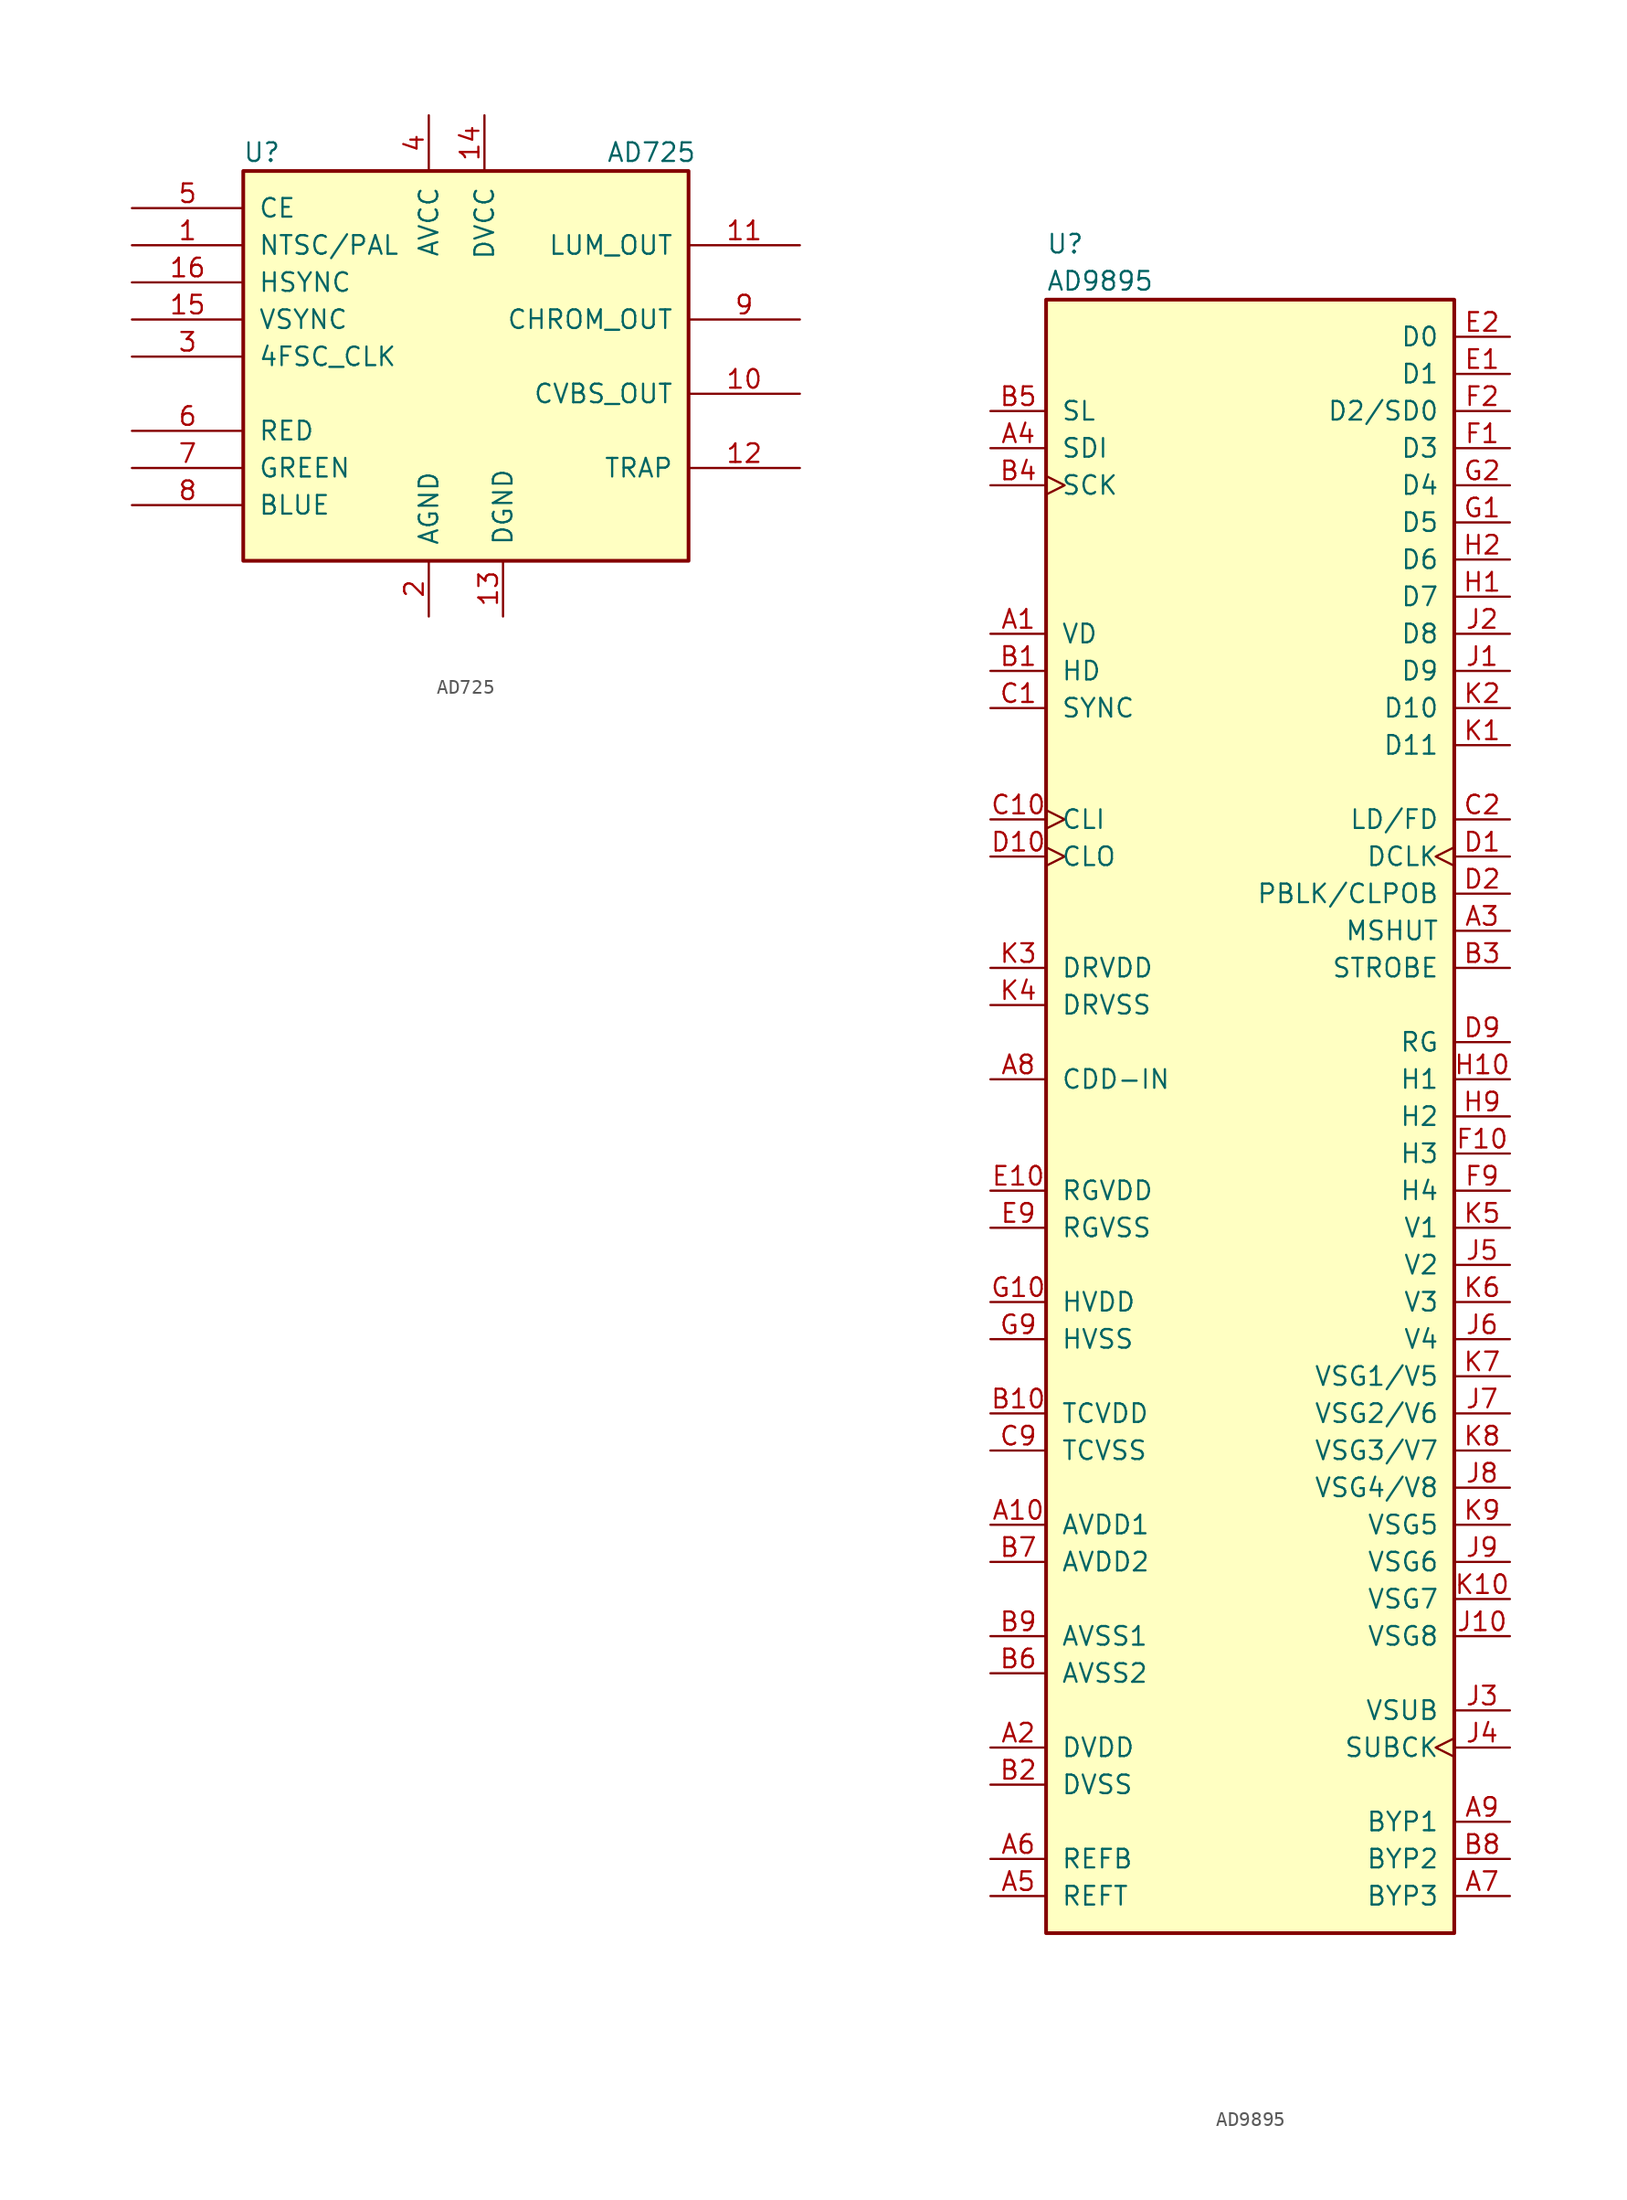
<source format=kicad_sym>
(kicad_symbol_lib
  (version 20211014)
  (generator kicad_symbol_editor)
  (symbol "AD725"
    (pin_names
      (offset 1.016))
    (property "Reference" "U"
      (at -13.97 13.97 0)
      (effects (font (size 1.27 1.27))))
    (property "Value" "AD725"
      (at 12.7 13.97 0)
      (effects (font (size 1.27 1.27))))
    (symbol "AD725_0_1"
      (rectangle (start -15.24 12.7) (end 15.24 -13.97) (stroke (width 0.254) (type default) (color 0 0 0 0)) (fill (type background))))
    (symbol "AD725_1_1"
      (pin input line (at -22.86 7.62 0) (length 7.62) (name "NTSC/PAL" (effects (font (size 1.27 1.27)))) (number "1" (effects (font (size 1.27 1.27)))))
      (pin output line (at 22.86 -2.54 180) (length 7.62) (name "CVBS_OUT" (effects (font (size 1.27 1.27)))) (number "10" (effects (font (size 1.27 1.27)))))
      (pin output line (at 22.86 7.62 180) (length 7.62) (name "LUM_OUT" (effects (font (size 1.27 1.27)))) (number "11" (effects (font (size 1.27 1.27)))))
      (pin input line (at 22.86 -7.62 180) (length 7.62) (name "TRAP" (effects (font (size 1.27 1.27)))) (number "12" (effects (font (size 1.27 1.27)))))
      (pin power_in line (at 2.54 -17.78 90) (length 3.81) (name "DGND" (effects (font (size 1.27 1.27)))) (number "13" (effects (font (size 1.27 1.27)))))
      (pin power_in line (at 1.27 16.51 270) (length 3.81) (name "DVCC" (effects (font (size 1.27 1.27)))) (number "14" (effects (font (size 1.27 1.27)))))
      (pin input line (at -22.86 2.54 0) (length 7.62) (name "VSYNC" (effects (font (size 1.27 1.27)))) (number "15" (effects (font (size 1.27 1.27)))))
      (pin input line (at -22.86 5.08 0) (length 7.62) (name "HSYNC" (effects (font (size 1.27 1.27)))) (number "16" (effects (font (size 1.27 1.27)))))
      (pin power_in line (at -2.54 -17.78 90) (length 3.81) (name "AGND" (effects (font (size 1.27 1.27)))) (number "2" (effects (font (size 1.27 1.27)))))
      (pin input line (at -22.86 0 0) (length 7.62) (name "4FSC_CLK" (effects (font (size 1.27 1.27)))) (number "3" (effects (font (size 1.27 1.27)))))
      (pin power_in line (at -2.54 16.51 270) (length 3.81) (name "AVCC" (effects (font (size 1.27 1.27)))) (number "4" (effects (font (size 1.27 1.27)))))
      (pin power_in line (at -22.86 10.16 0) (length 7.62) (name "CE" (effects (font (size 1.27 1.27)))) (number "5" (effects (font (size 1.27 1.27)))))
      (pin input line (at -22.86 -5.08 0) (length 7.62) (name "RED" (effects (font (size 1.27 1.27)))) (number "6" (effects (font (size 1.27 1.27)))))
      (pin input line (at -22.86 -7.62 0) (length 7.62) (name "GREEN" (effects (font (size 1.27 1.27)))) (number "7" (effects (font (size 1.27 1.27)))))
      (pin input line (at -22.86 -10.16 0) (length 7.62) (name "BLUE" (effects (font (size 1.27 1.27)))) (number "8" (effects (font (size 1.27 1.27)))))
      (pin output line (at 22.86 2.54 180) (length 7.62) (name "CHROM_OUT" (effects (font (size 1.27 1.27)))) (number "9" (effects (font (size 1.27 1.27)))))))
  (symbol "AD9895"
    (pin_names
      (offset 1.016))
    (property "Reference" "U"
      (at -13.97 59.69 0)
      (effects (font (size 1.27 1.27)) (justify left)))
    (property "Value" "AD9895"
      (at -13.97 57.15 0)
      (effects (font (size 1.27 1.27)) (justify left)))
    (symbol "AD9895_0_1"
      (rectangle (start 13.97 -55.88) (end -13.97 55.88) (stroke (width 0.254) (type default) (color 0 0 0 0)) (fill (type background))))
    (symbol "AD9895_1_1"
      (pin bidirectional line (at -17.78 33.02 0) (length 3.81) (name "VD" (effects (font (size 1.27 1.27)))) (number "A1" (effects (font (size 1.27 1.27)))))
      (pin power_in line (at -17.78 -27.94 0) (length 3.81) (name "AVDD1" (effects (font (size 1.27 1.27)))) (number "A10" (effects (font (size 1.27 1.27)))))
      (pin power_in line (at -17.78 -43.18 0) (length 3.81) (name "DVDD" (effects (font (size 1.27 1.27)))) (number "A2" (effects (font (size 1.27 1.27)))))
      (pin output line (at 17.78 12.7 180) (length 3.81) (name "MSHUT" (effects (font (size 1.27 1.27)))) (number "A3" (effects (font (size 1.27 1.27)))))
      (pin input line (at -17.78 45.72 0) (length 3.81) (name "SDI" (effects (font (size 1.27 1.27)))) (number "A4" (effects (font (size 1.27 1.27)))))
      (pin output line (at -17.78 -53.34 0) (length 3.81) (name "REFT" (effects (font (size 1.27 1.27)))) (number "A5" (effects (font (size 1.27 1.27)))))
      (pin output line (at -17.78 -50.8 0) (length 3.81) (name "REFB" (effects (font (size 1.27 1.27)))) (number "A6" (effects (font (size 1.27 1.27)))))
      (pin output line (at 17.78 -53.34 180) (length 3.81) (name "BYP3" (effects (font (size 1.27 1.27)))) (number "A7" (effects (font (size 1.27 1.27)))))
      (pin input line (at -17.78 2.54 0) (length 3.81) (name "CDD-IN" (effects (font (size 1.27 1.27)))) (number "A8" (effects (font (size 1.27 1.27)))))
      (pin output line (at 17.78 -48.26 180) (length 3.81) (name "BYP1" (effects (font (size 1.27 1.27)))) (number "A9" (effects (font (size 1.27 1.27)))))
      (pin bidirectional line (at -17.78 30.48 0) (length 3.81) (name "HD" (effects (font (size 1.27 1.27)))) (number "B1" (effects (font (size 1.27 1.27)))))
      (pin power_in line (at -17.78 -20.32 0) (length 3.81) (name "TCVDD" (effects (font (size 1.27 1.27)))) (number "B10" (effects (font (size 1.27 1.27)))))
      (pin power_in line (at -17.78 -45.72 0) (length 3.81) (name "DVSS" (effects (font (size 1.27 1.27)))) (number "B2" (effects (font (size 1.27 1.27)))))
      (pin output line (at 17.78 10.16 180) (length 3.81) (name "STROBE" (effects (font (size 1.27 1.27)))) (number "B3" (effects (font (size 1.27 1.27)))))
      (pin input clock (at -17.78 43.18 0) (length 3.81) (name "SCK" (effects (font (size 1.27 1.27)))) (number "B4" (effects (font (size 1.27 1.27)))))
      (pin input line (at -17.78 48.26 0) (length 3.81) (name "SL" (effects (font (size 1.27 1.27)))) (number "B5" (effects (font (size 1.27 1.27)))))
      (pin power_in line (at -17.78 -38.1 0) (length 3.81) (name "AVSS2" (effects (font (size 1.27 1.27)))) (number "B6" (effects (font (size 1.27 1.27)))))
      (pin power_in line (at -17.78 -30.48 0) (length 3.81) (name "AVDD2" (effects (font (size 1.27 1.27)))) (number "B7" (effects (font (size 1.27 1.27)))))
      (pin output line (at 17.78 -50.8 180) (length 3.81) (name "BYP2" (effects (font (size 1.27 1.27)))) (number "B8" (effects (font (size 1.27 1.27)))))
      (pin power_in line (at -17.78 -35.56 0) (length 3.81) (name "AVSS1" (effects (font (size 1.27 1.27)))) (number "B9" (effects (font (size 1.27 1.27)))))
      (pin input line (at -17.78 27.94 0) (length 3.81) (name "SYNC" (effects (font (size 1.27 1.27)))) (number "C1" (effects (font (size 1.27 1.27)))))
      (pin input clock (at -17.78 20.32 0) (length 3.81) (name "CLI" (effects (font (size 1.27 1.27)))) (number "C10" (effects (font (size 1.27 1.27)))))
      (pin output line (at 17.78 20.32 180) (length 3.81) (name "LD/FD" (effects (font (size 1.27 1.27)))) (number "C2" (effects (font (size 1.27 1.27)))))
      (pin power_in line (at -17.78 -22.86 0) (length 3.81) (name "TCVSS" (effects (font (size 1.27 1.27)))) (number "C9" (effects (font (size 1.27 1.27)))))
      (pin output clock (at 17.78 17.78 180) (length 3.81) (name "DCLK" (effects (font (size 1.27 1.27)))) (number "D1" (effects (font (size 1.27 1.27)))))
      (pin output clock (at -17.78 17.78 0) (length 3.81) (name "CLO" (effects (font (size 1.27 1.27)))) (number "D10" (effects (font (size 1.27 1.27)))))
      (pin output line (at 17.78 15.24 180) (length 3.81) (name "PBLK/CLPOB" (effects (font (size 1.27 1.27)))) (number "D2" (effects (font (size 1.27 1.27)))))
      (pin output line (at 17.78 5.08 180) (length 3.81) (name "RG" (effects (font (size 1.27 1.27)))) (number "D9" (effects (font (size 1.27 1.27)))))
      (pin output line (at 17.78 50.8 180) (length 3.81) (name "D1" (effects (font (size 1.27 1.27)))) (number "E1" (effects (font (size 1.27 1.27)))))
      (pin power_in line (at -17.78 -5.08 0) (length 3.81) (name "RGVDD" (effects (font (size 1.27 1.27)))) (number "E10" (effects (font (size 1.27 1.27)))))
      (pin output line (at 17.78 53.34 180) (length 3.81) (name "D0" (effects (font (size 1.27 1.27)))) (number "E2" (effects (font (size 1.27 1.27)))))
      (pin power_in line (at -17.78 -7.62 0) (length 3.81) (name "RGVSS" (effects (font (size 1.27 1.27)))) (number "E9" (effects (font (size 1.27 1.27)))))
      (pin output line (at 17.78 45.72 180) (length 3.81) (name "D3" (effects (font (size 1.27 1.27)))) (number "F1" (effects (font (size 1.27 1.27)))))
      (pin output line (at 17.78 -2.54 180) (length 3.81) (name "H3" (effects (font (size 1.27 1.27)))) (number "F10" (effects (font (size 1.27 1.27)))))
      (pin output line (at 17.78 48.26 180) (length 3.81) (name "D2/SD0" (effects (font (size 1.27 1.27)))) (number "F2" (effects (font (size 1.27 1.27)))))
      (pin output line (at 17.78 -5.08 180) (length 3.81) (name "H4" (effects (font (size 1.27 1.27)))) (number "F9" (effects (font (size 1.27 1.27)))))
      (pin output line (at 17.78 40.64 180) (length 3.81) (name "D5" (effects (font (size 1.27 1.27)))) (number "G1" (effects (font (size 1.27 1.27)))))
      (pin power_in line (at -17.78 -12.7 0) (length 3.81) (name "HVDD" (effects (font (size 1.27 1.27)))) (number "G10" (effects (font (size 1.27 1.27)))))
      (pin output line (at 17.78 43.18 180) (length 3.81) (name "D4" (effects (font (size 1.27 1.27)))) (number "G2" (effects (font (size 1.27 1.27)))))
      (pin power_in line (at -17.78 -15.24 0) (length 3.81) (name "HVSS" (effects (font (size 1.27 1.27)))) (number "G9" (effects (font (size 1.27 1.27)))))
      (pin output line (at 17.78 35.56 180) (length 3.81) (name "D7" (effects (font (size 1.27 1.27)))) (number "H1" (effects (font (size 1.27 1.27)))))
      (pin output line (at 17.78 2.54 180) (length 3.81) (name "H1" (effects (font (size 1.27 1.27)))) (number "H10" (effects (font (size 1.27 1.27)))))
      (pin output line (at 17.78 38.1 180) (length 3.81) (name "D6" (effects (font (size 1.27 1.27)))) (number "H2" (effects (font (size 1.27 1.27)))))
      (pin output line (at 17.78 0 180) (length 3.81) (name "H2" (effects (font (size 1.27 1.27)))) (number "H9" (effects (font (size 1.27 1.27)))))
      (pin output line (at 17.78 30.48 180) (length 3.81) (name "D9" (effects (font (size 1.27 1.27)))) (number "J1" (effects (font (size 1.27 1.27)))))
      (pin output line (at 17.78 -35.56 180) (length 3.81) (name "VSG8" (effects (font (size 1.27 1.27)))) (number "J10" (effects (font (size 1.27 1.27)))))
      (pin output line (at 17.78 33.02 180) (length 3.81) (name "D8" (effects (font (size 1.27 1.27)))) (number "J2" (effects (font (size 1.27 1.27)))))
      (pin output line (at 17.78 -40.64 180) (length 3.81) (name "VSUB" (effects (font (size 1.27 1.27)))) (number "J3" (effects (font (size 1.27 1.27)))))
      (pin output clock (at 17.78 -43.18 180) (length 3.81) (name "SUBCK" (effects (font (size 1.27 1.27)))) (number "J4" (effects (font (size 1.27 1.27)))))
      (pin output line (at 17.78 -10.16 180) (length 3.81) (name "V2" (effects (font (size 1.27 1.27)))) (number "J5" (effects (font (size 1.27 1.27)))))
      (pin output line (at 17.78 -15.24 180) (length 3.81) (name "V4" (effects (font (size 1.27 1.27)))) (number "J6" (effects (font (size 1.27 1.27)))))
      (pin output line (at 17.78 -20.32 180) (length 3.81) (name "VSG2/V6" (effects (font (size 1.27 1.27)))) (number "J7" (effects (font (size 1.27 1.27)))))
      (pin output line (at 17.78 -25.4 180) (length 3.81) (name "VSG4/V8" (effects (font (size 1.27 1.27)))) (number "J8" (effects (font (size 1.27 1.27)))))
      (pin output line (at 17.78 -30.48 180) (length 3.81) (name "VSG6" (effects (font (size 1.27 1.27)))) (number "J9" (effects (font (size 1.27 1.27)))))
      (pin input line (at 17.78 25.4 180) (length 3.81) (name "D11" (effects (font (size 1.27 1.27)))) (number "K1" (effects (font (size 1.27 1.27)))))
      (pin output line (at 17.78 -33.02 180) (length 3.81) (name "VSG7" (effects (font (size 1.27 1.27)))) (number "K10" (effects (font (size 1.27 1.27)))))
      (pin output line (at 17.78 27.94 180) (length 3.81) (name "D10" (effects (font (size 1.27 1.27)))) (number "K2" (effects (font (size 1.27 1.27)))))
      (pin power_out line (at -17.78 10.16 0) (length 3.81) (name "DRVDD" (effects (font (size 1.27 1.27)))) (number "K3" (effects (font (size 1.27 1.27)))))
      (pin power_out line (at -17.78 7.62 0) (length 3.81) (name "DRVSS" (effects (font (size 1.27 1.27)))) (number "K4" (effects (font (size 1.27 1.27)))))
      (pin output line (at 17.78 -7.62 180) (length 3.81) (name "V1" (effects (font (size 1.27 1.27)))) (number "K5" (effects (font (size 1.27 1.27)))))
      (pin output line (at 17.78 -12.7 180) (length 3.81) (name "V3" (effects (font (size 1.27 1.27)))) (number "K6" (effects (font (size 1.27 1.27)))))
      (pin output line (at 17.78 -17.78 180) (length 3.81) (name "VSG1/V5" (effects (font (size 1.27 1.27)))) (number "K7" (effects (font (size 1.27 1.27)))))
      (pin output line (at 17.78 -22.86 180) (length 3.81) (name "VSG3/V7" (effects (font (size 1.27 1.27)))) (number "K8" (effects (font (size 1.27 1.27)))))
      (pin output line (at 17.78 -27.94 180) (length 3.81) (name "VSG5" (effects (font (size 1.27 1.27)))) (number "K9" (effects (font (size 1.27 1.27))))))))
</source>
